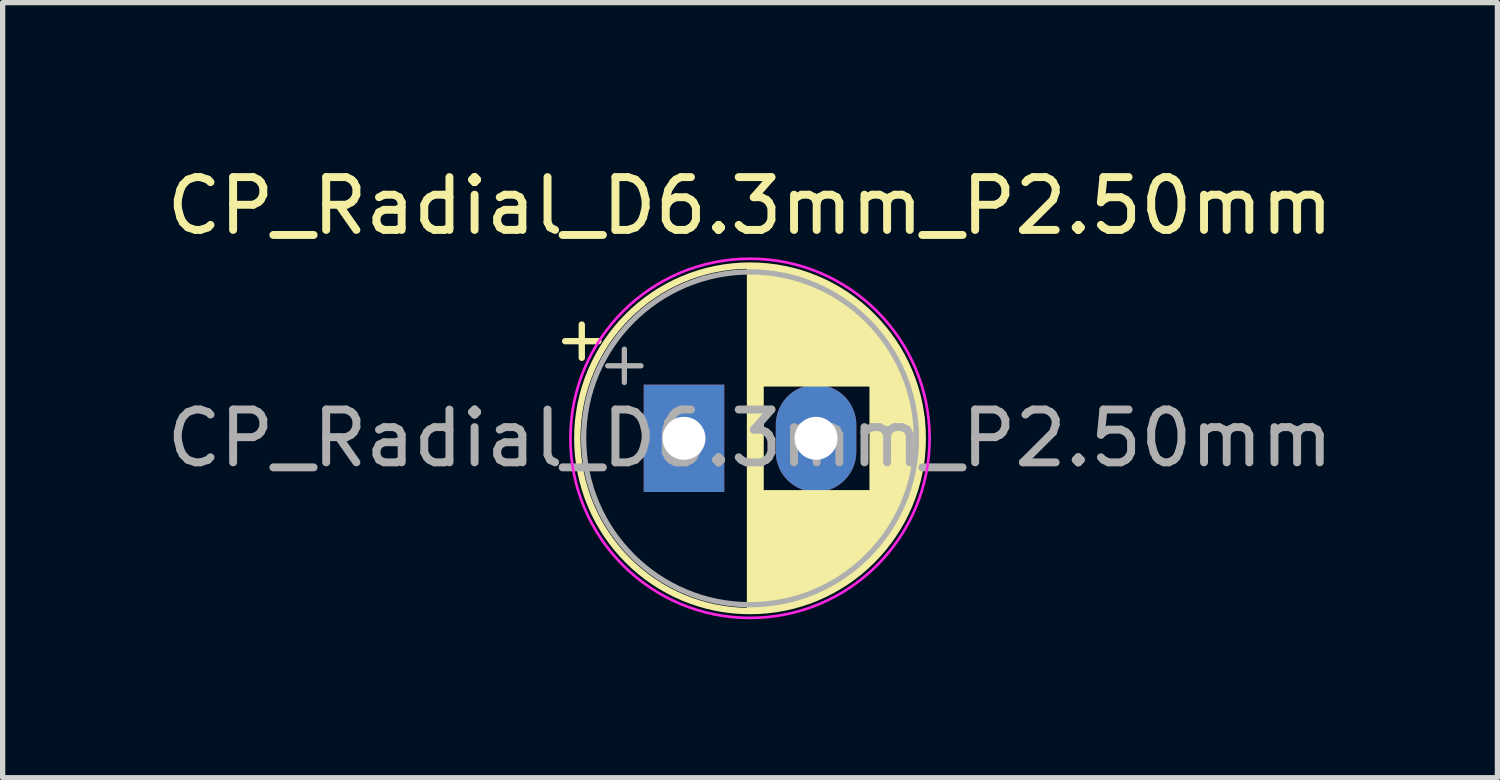
<source format=kicad_pcb>
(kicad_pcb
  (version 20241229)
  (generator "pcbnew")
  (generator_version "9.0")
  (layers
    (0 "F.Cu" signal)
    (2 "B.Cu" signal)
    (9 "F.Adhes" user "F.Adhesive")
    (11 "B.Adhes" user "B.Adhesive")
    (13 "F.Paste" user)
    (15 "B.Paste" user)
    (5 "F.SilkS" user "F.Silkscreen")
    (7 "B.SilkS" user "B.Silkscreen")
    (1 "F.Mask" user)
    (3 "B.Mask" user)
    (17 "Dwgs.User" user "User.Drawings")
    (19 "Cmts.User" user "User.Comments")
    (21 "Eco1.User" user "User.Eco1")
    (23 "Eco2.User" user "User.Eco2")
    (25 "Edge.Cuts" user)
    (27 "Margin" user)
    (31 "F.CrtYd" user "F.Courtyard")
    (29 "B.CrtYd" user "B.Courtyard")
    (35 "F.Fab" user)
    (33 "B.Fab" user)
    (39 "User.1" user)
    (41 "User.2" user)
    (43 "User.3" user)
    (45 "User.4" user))
  (footprint "CP_Radial_D6.3mm_P2.50mm"
    (layer "F.Cu")
    (at 9.899 5.248)
    (property "Reference" "CP_Radial_D6.3mm_P2.50mm" (at 1.25 -4.4 0) (layer "F.SilkS") (effects (font (size 1 1) (thickness 0.15))))
    (attr through_hole)
    (fp_line (start -2.25 -1.839) (end -1.62 -1.839) (stroke (width 0.12) (type solid)) (layer "F.SilkS"))
    (fp_line (start -1.935 -2.154) (end -1.935 -1.524) (stroke (width 0.12) (type solid)) (layer "F.SilkS"))
    (fp_line (start 1.25 -3.23) (end 1.25 3.23) (stroke (width 0.12) (type solid)) (layer "F.SilkS"))
    (fp_line (start 1.29 -3.23) (end 1.29 3.23) (stroke (width 0.12) (type solid)) (layer "F.SilkS"))
    (fp_line (start 1.33 -3.23) (end 1.33 3.23) (stroke (width 0.12) (type solid)) (layer "F.SilkS"))
    (fp_line (start 1.37 -3.228) (end 1.37 3.228) (stroke (width 0.12) (type solid)) (layer "F.SilkS"))
    (fp_line (start 1.41 -3.227) (end 1.41 3.227) (stroke (width 0.12) (type solid)) (layer "F.SilkS"))
    (fp_line (start 1.45 -3.224) (end 1.45 3.224) (stroke (width 0.12) (type solid)) (layer "F.SilkS"))
    (fp_line (start 1.49 -3.222) (end 1.49 -1.04) (stroke (width 0.12) (type solid)) (layer "F.SilkS"))
    (fp_line (start 1.49 1.04) (end 1.49 3.222) (stroke (width 0.12) (type solid)) (layer "F.SilkS"))
    (fp_line (start 1.53 -3.218) (end 1.53 -1.04) (stroke (width 0.12) (type solid)) (layer "F.SilkS"))
    (fp_line (start 1.53 1.04) (end 1.53 3.218) (stroke (width 0.12) (type solid)) (layer "F.SilkS"))
    (fp_line (start 1.57 -3.215) (end 1.57 -1.04) (stroke (width 0.12) (type solid)) (layer "F.SilkS"))
    (fp_line (start 1.57 1.04) (end 1.57 3.215) (stroke (width 0.12) (type solid)) (layer "F.SilkS"))
    (fp_line (start 1.61 -3.211) (end 1.61 -1.04) (stroke (width 0.12) (type solid)) (layer "F.SilkS"))
    (fp_line (start 1.61 1.04) (end 1.61 3.211) (stroke (width 0.12) (type solid)) (layer "F.SilkS"))
    (fp_line (start 1.65 -3.206) (end 1.65 -1.04) (stroke (width 0.12) (type solid)) (layer "F.SilkS"))
    (fp_line (start 1.65 1.04) (end 1.65 3.206) (stroke (width 0.12) (type solid)) (layer "F.SilkS"))
    (fp_line (start 1.69 -3.201) (end 1.69 -1.04) (stroke (width 0.12) (type solid)) (layer "F.SilkS"))
    (fp_line (start 1.69 1.04) (end 1.69 3.201) (stroke (width 0.12) (type solid)) (layer "F.SilkS"))
    (fp_line (start 1.73 -3.195) (end 1.73 -1.04) (stroke (width 0.12) (type solid)) (layer "F.SilkS"))
    (fp_line (start 1.73 1.04) (end 1.73 3.195) (stroke (width 0.12) (type solid)) (layer "F.SilkS"))
    (fp_line (start 1.77 -3.189) (end 1.77 -1.04) (stroke (width 0.12) (type solid)) (layer "F.SilkS"))
    (fp_line (start 1.77 1.04) (end 1.77 3.189) (stroke (width 0.12) (type solid)) (layer "F.SilkS"))
    (fp_line (start 1.81 -3.182) (end 1.81 -1.04) (stroke (width 0.12) (type solid)) (layer "F.SilkS"))
    (fp_line (start 1.81 1.04) (end 1.81 3.182) (stroke (width 0.12) (type solid)) (layer "F.SilkS"))
    (fp_line (start 1.85 -3.175) (end 1.85 -1.04) (stroke (width 0.12) (type solid)) (layer "F.SilkS"))
    (fp_line (start 1.85 1.04) (end 1.85 3.175) (stroke (width 0.12) (type solid)) (layer "F.SilkS"))
    (fp_line (start 1.89 -3.167) (end 1.89 -1.04) (stroke (width 0.12) (type solid)) (layer "F.SilkS"))
    (fp_line (start 1.89 1.04) (end 1.89 3.167) (stroke (width 0.12) (type solid)) (layer "F.SilkS"))
    (fp_line (start 1.93 -3.159) (end 1.93 -1.04) (stroke (width 0.12) (type solid)) (layer "F.SilkS"))
    (fp_line (start 1.93 1.04) (end 1.93 3.159) (stroke (width 0.12) (type solid)) (layer "F.SilkS"))
    (fp_line (start 1.971 -3.15) (end 1.971 -1.04) (stroke (width 0.12) (type solid)) (layer "F.SilkS"))
    (fp_line (start 1.971 1.04) (end 1.971 3.15) (stroke (width 0.12) (type solid)) (layer "F.SilkS"))
    (fp_line (start 2.011 -3.141) (end 2.011 -1.04) (stroke (width 0.12) (type solid)) (layer "F.SilkS"))
    (fp_line (start 2.011 1.04) (end 2.011 3.141) (stroke (width 0.12) (type solid)) (layer "F.SilkS"))
    (fp_line (start 2.051 -3.131) (end 2.051 -1.04) (stroke (width 0.12) (type solid)) (layer "F.SilkS"))
    (fp_line (start 2.051 1.04) (end 2.051 3.131) (stroke (width 0.12) (type solid)) (layer "F.SilkS"))
    (fp_line (start 2.091 -3.121) (end 2.091 -1.04) (stroke (width 0.12) (type solid)) (layer "F.SilkS"))
    (fp_line (start 2.091 1.04) (end 2.091 3.121) (stroke (width 0.12) (type solid)) (layer "F.SilkS"))
    (fp_line (start 2.131 -3.11) (end 2.131 -1.04) (stroke (width 0.12) (type solid)) (layer "F.SilkS"))
    (fp_line (start 2.131 1.04) (end 2.131 3.11) (stroke (width 0.12) (type solid)) (layer "F.SilkS"))
    (fp_line (start 2.171 -3.098) (end 2.171 -1.04) (stroke (width 0.12) (type solid)) (layer "F.SilkS"))
    (fp_line (start 2.171 1.04) (end 2.171 3.098) (stroke (width 0.12) (type solid)) (layer "F.SilkS"))
    (fp_line (start 2.211 -3.086) (end 2.211 -1.04) (stroke (width 0.12) (type solid)) (layer "F.SilkS"))
    (fp_line (start 2.211 1.04) (end 2.211 3.086) (stroke (width 0.12) (type solid)) (layer "F.SilkS"))
    (fp_line (start 2.251 -3.074) (end 2.251 -1.04) (stroke (width 0.12) (type solid)) (layer "F.SilkS"))
    (fp_line (start 2.251 1.04) (end 2.251 3.074) (stroke (width 0.12) (type solid)) (layer "F.SilkS"))
    (fp_line (start 2.291 -3.061) (end 2.291 -1.04) (stroke (width 0.12) (type solid)) (layer "F.SilkS"))
    (fp_line (start 2.291 1.04) (end 2.291 3.061) (stroke (width 0.12) (type solid)) (layer "F.SilkS"))
    (fp_line (start 2.331 -3.047) (end 2.331 -1.04) (stroke (width 0.12) (type solid)) (layer "F.SilkS"))
    (fp_line (start 2.331 1.04) (end 2.331 3.047) (stroke (width 0.12) (type solid)) (layer "F.SilkS"))
    (fp_line (start 2.371 -3.033) (end 2.371 -1.04) (stroke (width 0.12) (type solid)) (layer "F.SilkS"))
    (fp_line (start 2.371 1.04) (end 2.371 3.033) (stroke (width 0.12) (type solid)) (layer "F.SilkS"))
    (fp_line (start 2.411 -3.018) (end 2.411 -1.04) (stroke (width 0.12) (type solid)) (layer "F.SilkS"))
    (fp_line (start 2.411 1.04) (end 2.411 3.018) (stroke (width 0.12) (type solid)) (layer "F.SilkS"))
    (fp_line (start 2.451 -3.002) (end 2.451 -1.04) (stroke (width 0.12) (type solid)) (layer "F.SilkS"))
    (fp_line (start 2.451 1.04) (end 2.451 3.002) (stroke (width 0.12) (type solid)) (layer "F.SilkS"))
    (fp_line (start 2.491 -2.986) (end 2.491 -1.04) (stroke (width 0.12) (type solid)) (layer "F.SilkS"))
    (fp_line (start 2.491 1.04) (end 2.491 2.986) (stroke (width 0.12) (type solid)) (layer "F.SilkS"))
    (fp_line (start 2.531 -2.97) (end 2.531 -1.04) (stroke (width 0.12) (type solid)) (layer "F.SilkS"))
    (fp_line (start 2.531 1.04) (end 2.531 2.97) (stroke (width 0.12) (type solid)) (layer "F.SilkS"))
    (fp_line (start 2.571 -2.952) (end 2.571 -1.04) (stroke (width 0.12) (type solid)) (layer "F.SilkS"))
    (fp_line (start 2.571 1.04) (end 2.571 2.952) (stroke (width 0.12) (type solid)) (layer "F.SilkS"))
    (fp_line (start 2.611 -2.934) (end 2.611 -1.04) (stroke (width 0.12) (type solid)) (layer "F.SilkS"))
    (fp_line (start 2.611 1.04) (end 2.611 2.934) (stroke (width 0.12) (type solid)) (layer "F.SilkS"))
    (fp_line (start 2.651 -2.916) (end 2.651 -1.04) (stroke (width 0.12) (type solid)) (layer "F.SilkS"))
    (fp_line (start 2.651 1.04) (end 2.651 2.916) (stroke (width 0.12) (type solid)) (layer "F.SilkS"))
    (fp_line (start 2.691 -2.896) (end 2.691 -1.04) (stroke (width 0.12) (type solid)) (layer "F.SilkS"))
    (fp_line (start 2.691 1.04) (end 2.691 2.896) (stroke (width 0.12) (type solid)) (layer "F.SilkS"))
    (fp_line (start 2.731 -2.876) (end 2.731 -1.04) (stroke (width 0.12) (type solid)) (layer "F.SilkS"))
    (fp_line (start 2.731 1.04) (end 2.731 2.876) (stroke (width 0.12) (type solid)) (layer "F.SilkS"))
    (fp_line (start 2.771 -2.856) (end 2.771 -1.04) (stroke (width 0.12) (type solid)) (layer "F.SilkS"))
    (fp_line (start 2.771 1.04) (end 2.771 2.856) (stroke (width 0.12) (type solid)) (layer "F.SilkS"))
    (fp_line (start 2.811 -2.834) (end 2.811 -1.04) (stroke (width 0.12) (type solid)) (layer "F.SilkS"))
    (fp_line (start 2.811 1.04) (end 2.811 2.834) (stroke (width 0.12) (type solid)) (layer "F.SilkS"))
    (fp_line (start 2.851 -2.812) (end 2.851 -1.04) (stroke (width 0.12) (type solid)) (layer "F.SilkS"))
    (fp_line (start 2.851 1.04) (end 2.851 2.812) (stroke (width 0.12) (type solid)) (layer "F.SilkS"))
    (fp_line (start 2.891 -2.79) (end 2.891 -1.04) (stroke (width 0.12) (type solid)) (layer "F.SilkS"))
    (fp_line (start 2.891 1.04) (end 2.891 2.79) (stroke (width 0.12) (type solid)) (layer "F.SilkS"))
    (fp_line (start 2.931 -2.766) (end 2.931 -1.04) (stroke (width 0.12) (type solid)) (layer "F.SilkS"))
    (fp_line (start 2.931 1.04) (end 2.931 2.766) (stroke (width 0.12) (type solid)) (layer "F.SilkS"))
    (fp_line (start 2.971 -2.742) (end 2.971 -1.04) (stroke (width 0.12) (type solid)) (layer "F.SilkS"))
    (fp_line (start 2.971 1.04) (end 2.971 2.742) (stroke (width 0.12) (type solid)) (layer "F.SilkS"))
    (fp_line (start 3.011 -2.716) (end 3.011 -1.04) (stroke (width 0.12) (type solid)) (layer "F.SilkS"))
    (fp_line (start 3.011 1.04) (end 3.011 2.716) (stroke (width 0.12) (type solid)) (layer "F.SilkS"))
    (fp_line (start 3.051 -2.69) (end 3.051 -1.04) (stroke (width 0.12) (type solid)) (layer "F.SilkS"))
    (fp_line (start 3.051 1.04) (end 3.051 2.69) (stroke (width 0.12) (type solid)) (layer "F.SilkS"))
    (fp_line (start 3.091 -2.664) (end 3.091 -1.04) (stroke (width 0.12) (type solid)) (layer "F.SilkS"))
    (fp_line (start 3.091 1.04) (end 3.091 2.664) (stroke (width 0.12) (type solid)) (layer "F.SilkS"))
    (fp_line (start 3.131 -2.636) (end 3.131 -1.04) (stroke (width 0.12) (type solid)) (layer "F.SilkS"))
    (fp_line (start 3.131 1.04) (end 3.131 2.636) (stroke (width 0.12) (type solid)) (layer "F.SilkS"))
    (fp_line (start 3.171 -2.607) (end 3.171 -1.04) (stroke (width 0.12) (type solid)) (layer "F.SilkS"))
    (fp_line (start 3.171 1.04) (end 3.171 2.607) (stroke (width 0.12) (type solid)) (layer "F.SilkS"))
    (fp_line (start 3.211 -2.578) (end 3.211 -1.04) (stroke (width 0.12) (type solid)) (layer "F.SilkS"))
    (fp_line (start 3.211 1.04) (end 3.211 2.578) (stroke (width 0.12) (type solid)) (layer "F.SilkS"))
    (fp_line (start 3.251 -2.548) (end 3.251 -1.04) (stroke (width 0.12) (type solid)) (layer "F.SilkS"))
    (fp_line (start 3.251 1.04) (end 3.251 2.548) (stroke (width 0.12) (type solid)) (layer "F.SilkS"))
    (fp_line (start 3.291 -2.516) (end 3.291 -1.04) (stroke (width 0.12) (type solid)) (layer "F.SilkS"))
    (fp_line (start 3.291 1.04) (end 3.291 2.516) (stroke (width 0.12) (type solid)) (layer "F.SilkS"))
    (fp_line (start 3.331 -2.484) (end 3.331 -1.04) (stroke (width 0.12) (type solid)) (layer "F.SilkS"))
    (fp_line (start 3.331 1.04) (end 3.331 2.484) (stroke (width 0.12) (type solid)) (layer "F.SilkS"))
    (fp_line (start 3.371 -2.45) (end 3.371 -1.04) (stroke (width 0.12) (type solid)) (layer "F.SilkS"))
    (fp_line (start 3.371 1.04) (end 3.371 2.45) (stroke (width 0.12) (type solid)) (layer "F.SilkS"))
    (fp_line (start 3.411 -2.416) (end 3.411 -1.04) (stroke (width 0.12) (type solid)) (layer "F.SilkS"))
    (fp_line (start 3.411 1.04) (end 3.411 2.416) (stroke (width 0.12) (type solid)) (layer "F.SilkS"))
    (fp_line (start 3.451 -2.38) (end 3.451 -1.04) (stroke (width 0.12) (type solid)) (layer "F.SilkS"))
    (fp_line (start 3.451 1.04) (end 3.451 2.38) (stroke (width 0.12) (type solid)) (layer "F.SilkS"))
    (fp_line (start 3.491 -2.343) (end 3.491 -1.04) (stroke (width 0.12) (type solid)) (layer "F.SilkS"))
    (fp_line (start 3.491 1.04) (end 3.491 2.343) (stroke (width 0.12) (type solid)) (layer "F.SilkS"))
    (fp_line (start 3.531 -2.305) (end 3.531 -1.04) (stroke (width 0.12) (type solid)) (layer "F.SilkS"))
    (fp_line (start 3.531 1.04) (end 3.531 2.305) (stroke (width 0.12) (type solid)) (layer "F.SilkS"))
    (fp_line (start 3.571 -2.265) (end 3.571 2.265) (stroke (width 0.12) (type solid)) (layer "F.SilkS"))
    (fp_line (start 3.611 -2.224) (end 3.611 2.224) (stroke (width 0.12) (type solid)) (layer "F.SilkS"))
    (fp_line (start 3.651 -2.182) (end 3.651 2.182) (stroke (width 0.12) (type solid)) (layer "F.SilkS"))
    (fp_line (start 3.691 -2.137) (end 3.691 2.137) (stroke (width 0.12) (type solid)) (layer "F.SilkS"))
    (fp_line (start 3.731 -2.092) (end 3.731 2.092) (stroke (width 0.12) (type solid)) (layer "F.SilkS"))
    (fp_line (start 3.771 -2.044) (end 3.771 2.044) (stroke (width 0.12) (type solid)) (layer "F.SilkS"))
    (fp_line (start 3.811 -1.995) (end 3.811 1.995) (stroke (width 0.12) (type solid)) (layer "F.SilkS"))
    (fp_line (start 3.851 -1.944) (end 3.851 1.944) (stroke (width 0.12) (type solid)) (layer "F.SilkS"))
    (fp_line (start 3.891 -1.89) (end 3.891 1.89) (stroke (width 0.12) (type solid)) (layer "F.SilkS"))
    (fp_line (start 3.931 -1.834) (end 3.931 1.834) (stroke (width 0.12) (type solid)) (layer "F.SilkS"))
    (fp_line (start 3.971 -1.776) (end 3.971 1.776) (stroke (width 0.12) (type solid)) (layer "F.SilkS"))
    (fp_line (start 4.011 -1.714) (end 4.011 1.714) (stroke (width 0.12) (type solid)) (layer "F.SilkS"))
    (fp_line (start 4.051 -1.65) (end 4.051 1.65) (stroke (width 0.12) (type solid)) (layer "F.SilkS"))
    (fp_line (start 4.091 -1.581) (end 4.091 1.581) (stroke (width 0.12) (type solid)) (layer "F.SilkS"))
    (fp_line (start 4.131 -1.509) (end 4.131 1.509) (stroke (width 0.12) (type solid)) (layer "F.SilkS"))
    (fp_line (start 4.171 -1.432) (end 4.171 1.432) (stroke (width 0.12) (type solid)) (layer "F.SilkS"))
    (fp_line (start 4.211 -1.35) (end 4.211 1.35) (stroke (width 0.12) (type solid)) (layer "F.SilkS"))
    (fp_line (start 4.251 -1.262) (end 4.251 1.262) (stroke (width 0.12) (type solid)) (layer "F.SilkS"))
    (fp_line (start 4.291 -1.165) (end 4.291 1.165) (stroke (width 0.12) (type solid)) (layer "F.SilkS"))
    (fp_line (start 4.331 -1.059) (end 4.331 1.059) (stroke (width 0.12) (type solid)) (layer "F.SilkS"))
    (fp_line (start 4.371 -0.94) (end 4.371 0.94) (stroke (width 0.12) (type solid)) (layer "F.SilkS"))
    (fp_line (start 4.411 -0.802) (end 4.411 0.802) (stroke (width 0.12) (type solid)) (layer "F.SilkS"))
    (fp_line (start 4.451 -0.633) (end 4.451 0.633) (stroke (width 0.12) (type solid)) (layer "F.SilkS"))
    (fp_line (start 4.491 -0.402) (end 4.491 0.402) (stroke (width 0.12) (type solid)) (layer "F.SilkS"))
    (fp_circle (center 1.25 0) (end 4.52 0) (stroke (width 0.12) (type solid)) (fill no) (layer "F.SilkS"))
    (fp_circle (center 1.25 0) (end 4.65 0) (stroke (width 0.05) (type solid)) (fill no) (layer "F.CrtYd"))
    (fp_line (start -1.444 -1.373) (end -0.814 -1.373) (stroke (width 0.1) (type solid)) (layer "F.Fab"))
    (fp_line (start -1.129 -1.688) (end -1.129 -1.058) (stroke (width 0.1) (type solid)) (layer "F.Fab"))
    (fp_circle (center 1.25 0) (end 4.4 0) (stroke (width 0.1) (type solid)) (fill no) (layer "F.Fab"))
    (fp_text user "${REFERENCE}" (at 1.25 0 0) (layer "F.Fab") (effects (font (size 1 1) (thickness 0.15))))
    (pad "1" thru_hole rect (at 0 0) (size 1.524 2.032) (drill 0.813) (layers "*.Cu" "*.Mask"))
    (pad "2" thru_hole oval (at 2.5 0) (size 1.524 2.032) (drill 0.813) (layers "*.Cu" "*.Mask")))
  (gr_rect
    (start -3 -3)
    (end 25.298 11.673)
    (stroke (width 0.1) (type default))
    (fill no)
    (layer "Edge.Cuts")))
</source>
